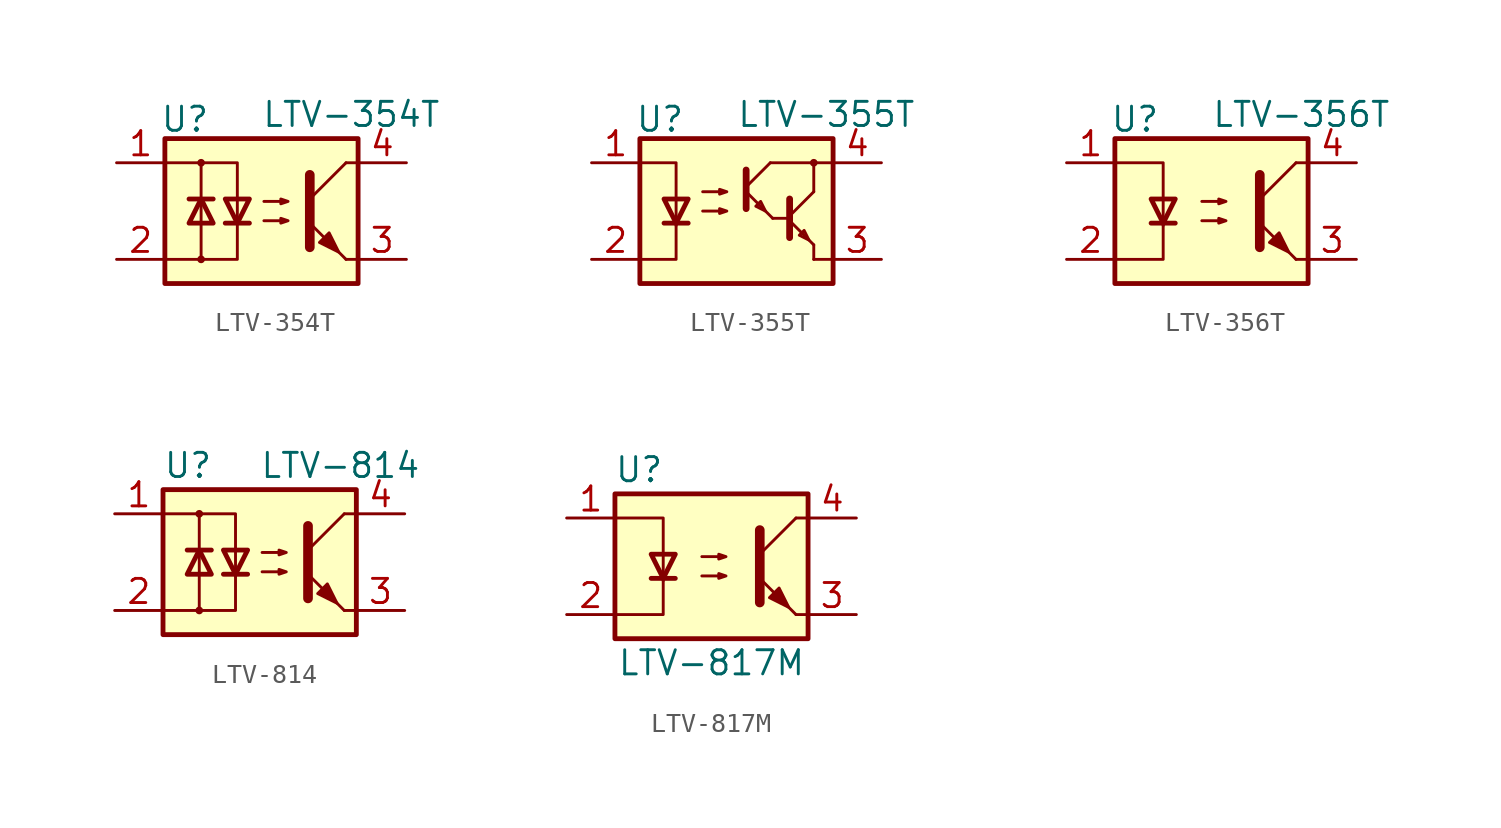
<source format=kicad_sym>
(kicad_symbol_lib
  (version 20241209)
  (generator "kicad_symbol_editor")
  (generator_version "9.0")
  (symbol "LTV-354T"
    (pin_names
      (offset 1.016))
    (property "Reference" "U"
      (at -5.334 4.826 0)
      (effects (font (size 1.27 1.27)) (justify left)))
    (property "Value" "LTV-354T"
      (at 0 5.08 0)
      (effects (font (size 1.27 1.27)) (justify left)))
    (symbol "LTV-354T_0_1"
      (rectangle (start -5.08 3.81) (end 5.08 -3.81) (stroke (width 0.254) (type default)) (fill (type background)))
      (polyline (pts (xy -5.08 2.54) (xy -1.27 2.54) (xy -1.27 -0.635)) (stroke (width 0) (type default)) (fill (type none)))
      (polyline (pts (xy -3.81 0.635) (xy -2.54 0.635)) (stroke (width 0.254) (type default)) (fill (type none)))
      (circle (center -3.175 2.54) (radius 0.127) (stroke (width 0) (type default)) (fill (type none)))
      (polyline (pts (xy -3.175 0.635) (xy -3.81 -0.635) (xy -2.54 -0.635) (xy -3.175 0.635)) (stroke (width 0.254) (type default)) (fill (type none)))
      (polyline (pts (xy -3.175 -0.635) (xy -3.175 2.54)) (stroke (width 0) (type default)) (fill (type none)))
      (polyline (pts (xy -3.175 -0.635) (xy -3.175 -2.54)) (stroke (width 0) (type default)) (fill (type none)))
      (circle (center -3.175 -2.54) (radius 0.127) (stroke (width 0) (type default)) (fill (type none)))
      (polyline (pts (xy -1.905 -0.635) (xy -0.635 -0.635)) (stroke (width 0.254) (type default)) (fill (type none)))
      (polyline (pts (xy -1.27 -0.635) (xy -1.27 -2.54) (xy -5.08 -2.54)) (stroke (width 0) (type default)) (fill (type none)))
      (polyline (pts (xy -1.27 -0.635) (xy -1.905 0.635) (xy -0.635 0.635) (xy -1.27 -0.635)) (stroke (width 0.254) (type default)) (fill (type none)))
      (polyline (pts (xy 0.127 0.508) (xy 1.397 0.508) (xy 1.016 0.381) (xy 1.016 0.635) (xy 1.397 0.508)) (stroke (width 0) (type default)) (fill (type none)))
      (polyline (pts (xy 0.127 -0.508) (xy 1.397 -0.508) (xy 1.016 -0.635) (xy 1.016 -0.381) (xy 1.397 -0.508)) (stroke (width 0) (type default)) (fill (type none)))
      (polyline (pts (xy 2.54 1.905) (xy 2.54 -1.905) (xy 2.54 -1.905)) (stroke (width 0.508) (type default)) (fill (type none)))
      (polyline (pts (xy 2.54 0.635) (xy 4.445 2.54)) (stroke (width 0) (type default)) (fill (type none)))
      (polyline (pts (xy 3.048 -1.651) (xy 3.556 -1.143) (xy 4.064 -2.159) (xy 3.048 -1.651) (xy 3.048 -1.651)) (stroke (width 0) (type default)) (fill (type outline)))
      (polyline (pts (xy 4.445 2.54) (xy 5.08 2.54)) (stroke (width 0) (type default)) (fill (type none)))
      (polyline (pts (xy 4.445 -2.54) (xy 2.54 -0.635)) (stroke (width 0) (type default)) (fill (type outline)))
      (polyline (pts (xy 4.445 -2.54) (xy 5.08 -2.54)) (stroke (width 0) (type default)) (fill (type none))))
    (symbol "LTV-354T_1_1"
      (pin passive line (at -7.62 2.54 0) (length 2.54) (name "~" (effects (font (size 1.27 1.27)))) (number "1" (effects (font (size 1.27 1.27)))))
      (pin passive line (at -7.62 -2.54 0) (length 2.54) (name "~" (effects (font (size 1.27 1.27)))) (number "2" (effects (font (size 1.27 1.27)))))
      (pin passive line (at 7.62 2.54 180) (length 2.54) (name "~" (effects (font (size 1.27 1.27)))) (number "4" (effects (font (size 1.27 1.27)))))
      (pin passive line (at 7.62 -2.54 180) (length 2.54) (name "~" (effects (font (size 1.27 1.27)))) (number "3" (effects (font (size 1.27 1.27)))))))
  (symbol "LTV-355T"
    (pin_names
      (offset 1.016))
    (property "Reference" "U"
      (at -5.334 4.826 0)
      (effects (font (size 1.27 1.27)) (justify left)))
    (property "Value" "LTV-355T"
      (at 0 5.08 0)
      (effects (font (size 1.27 1.27)) (justify left)))
    (symbol "LTV-355T_0_1"
      (rectangle (start -5.08 3.81) (end 5.08 -3.81) (stroke (width 0.254) (type default)) (fill (type background)))
      (polyline (pts (xy -5.08 2.54) (xy -3.175 2.54) (xy -3.175 -0.762)) (stroke (width 0) (type default)) (fill (type none)))
      (polyline (pts (xy -3.81 -0.635) (xy -2.54 -0.635)) (stroke (width 0.254) (type default)) (fill (type none)))
      (polyline (pts (xy -3.175 -0.635) (xy -3.175 -2.54) (xy -5.08 -2.54)) (stroke (width 0) (type default)) (fill (type none)))
      (polyline (pts (xy -3.175 -0.635) (xy -3.81 0.635) (xy -2.54 0.635) (xy -3.175 -0.635)) (stroke (width 0.254) (type default)) (fill (type none)))
      (polyline (pts (xy -1.778 1.016) (xy -0.508 1.016) (xy -0.889 0.889) (xy -0.889 1.143) (xy -0.508 1.016)) (stroke (width 0) (type default)) (fill (type none)))
      (polyline (pts (xy -1.778 0) (xy -0.508 0) (xy -0.889 -0.127) (xy -0.889 0.127) (xy -0.508 0)) (stroke (width 0) (type default)) (fill (type none)))
      (polyline (pts (xy 0.508 2.159) (xy 0.508 0.127)) (stroke (width 0.356) (type default)) (fill (type none)))
      (polyline (pts (xy 0.508 1.27) (xy 1.778 2.54)) (stroke (width 0) (type default)) (fill (type none)))
      (polyline (pts (xy 0.508 1.016) (xy 1.905 -0.381)) (stroke (width 0) (type default)) (fill (type none)))
      (polyline (pts (xy 1.524 0) (xy 1.27 0.508) (xy 1.016 0.254) (xy 1.524 0)) (stroke (width 0) (type default)) (fill (type none)))
      (polyline (pts (xy 1.778 2.54) (xy 5.08 2.54)) (stroke (width 0) (type default)) (fill (type none)))
      (polyline (pts (xy 2.794 0.635) (xy 2.794 -1.397) (xy 2.794 -1.397)) (stroke (width 0.356) (type default)) (fill (type none)))
      (polyline (pts (xy 2.794 -0.254) (xy 4.064 1.016)) (stroke (width 0) (type default)) (fill (type none)))
      (polyline (pts (xy 2.794 -0.381) (xy 1.905 -0.381)) (stroke (width 0) (type default)) (fill (type none)))
      (polyline (pts (xy 2.794 -0.508) (xy 4.064 -1.778)) (stroke (width 0) (type default)) (fill (type none)))
      (polyline (pts (xy 3.81 -1.524) (xy 3.556 -1.016) (xy 3.302 -1.27) (xy 3.81 -1.524)) (stroke (width 0) (type default)) (fill (type none)))
      (circle (center 4.064 2.54) (radius 0.127) (stroke (width 0) (type default)) (fill (type none)))
      (polyline (pts (xy 4.064 1.016) (xy 4.064 2.54)) (stroke (width 0) (type default)) (fill (type none)))
      (polyline (pts (xy 4.064 -1.778) (xy 4.064 -2.54)) (stroke (width 0) (type default)) (fill (type none)))
      (polyline (pts (xy 4.064 -2.54) (xy 5.08 -2.54)) (stroke (width 0) (type default)) (fill (type none))))
    (symbol "LTV-355T_1_1"
      (pin passive line (at -7.62 2.54 0) (length 2.54) (name "~" (effects (font (size 1.27 1.27)))) (number "1" (effects (font (size 1.27 1.27)))))
      (pin passive line (at -7.62 -2.54 0) (length 2.54) (name "~" (effects (font (size 1.27 1.27)))) (number "2" (effects (font (size 1.27 1.27)))))
      (pin passive line (at 7.62 2.54 180) (length 2.54) (name "~" (effects (font (size 1.27 1.27)))) (number "4" (effects (font (size 1.27 1.27)))))
      (pin passive line (at 7.62 -2.54 180) (length 2.54) (name "~" (effects (font (size 1.27 1.27)))) (number "3" (effects (font (size 1.27 1.27)))))))
  (symbol "LTV-356T"
    (pin_names
      (offset 1.016))
    (property "Reference" "U"
      (at -5.334 4.826 0)
      (effects (font (size 1.27 1.27)) (justify left)))
    (property "Value" "LTV-356T"
      (at 0 5.08 0)
      (effects (font (size 1.27 1.27)) (justify left)))
    (symbol "LTV-356T_0_1"
      (rectangle (start -5.08 3.81) (end 5.08 -3.81) (stroke (width 0.254) (type default)) (fill (type background)))
      (polyline (pts (xy -5.08 2.54) (xy -2.54 2.54) (xy -2.54 -0.762)) (stroke (width 0) (type default)) (fill (type none)))
      (polyline (pts (xy -3.175 -0.635) (xy -1.905 -0.635)) (stroke (width 0.254) (type default)) (fill (type none)))
      (polyline (pts (xy -2.54 -0.635) (xy -2.54 -2.54) (xy -5.08 -2.54)) (stroke (width 0) (type default)) (fill (type none)))
      (polyline (pts (xy -2.54 -0.635) (xy -3.175 0.635) (xy -1.905 0.635) (xy -2.54 -0.635)) (stroke (width 0.254) (type default)) (fill (type none)))
      (polyline (pts (xy -0.508 0.508) (xy 0.762 0.508) (xy 0.381 0.381) (xy 0.381 0.635) (xy 0.762 0.508)) (stroke (width 0) (type default)) (fill (type none)))
      (polyline (pts (xy -0.508 -0.508) (xy 0.762 -0.508) (xy 0.381 -0.635) (xy 0.381 -0.381) (xy 0.762 -0.508)) (stroke (width 0) (type default)) (fill (type none)))
      (polyline (pts (xy 2.54 1.905) (xy 2.54 -1.905) (xy 2.54 -1.905)) (stroke (width 0.508) (type default)) (fill (type none)))
      (polyline (pts (xy 2.54 0.635) (xy 4.445 2.54)) (stroke (width 0) (type default)) (fill (type none)))
      (polyline (pts (xy 3.048 -1.651) (xy 3.556 -1.143) (xy 4.064 -2.159) (xy 3.048 -1.651) (xy 3.048 -1.651)) (stroke (width 0) (type default)) (fill (type outline)))
      (polyline (pts (xy 4.445 2.54) (xy 5.08 2.54)) (stroke (width 0) (type default)) (fill (type none)))
      (polyline (pts (xy 4.445 -2.54) (xy 2.54 -0.635)) (stroke (width 0) (type default)) (fill (type outline)))
      (polyline (pts (xy 4.445 -2.54) (xy 5.08 -2.54)) (stroke (width 0) (type default)) (fill (type none))))
    (symbol "LTV-356T_1_1"
      (pin passive line (at -7.62 2.54 0) (length 2.54) (name "~" (effects (font (size 1.27 1.27)))) (number "1" (effects (font (size 1.27 1.27)))))
      (pin passive line (at -7.62 -2.54 0) (length 2.54) (name "~" (effects (font (size 1.27 1.27)))) (number "2" (effects (font (size 1.27 1.27)))))
      (pin passive line (at 7.62 2.54 180) (length 2.54) (name "~" (effects (font (size 1.27 1.27)))) (number "4" (effects (font (size 1.27 1.27)))))
      (pin passive line (at 7.62 -2.54 180) (length 2.54) (name "~" (effects (font (size 1.27 1.27)))) (number "3" (effects (font (size 1.27 1.27)))))))
  (symbol "LTV-814"
    (pin_names
      (offset 1.016))
    (property "Reference" "U"
      (at -5.08 5.08 0)
      (effects (font (size 1.27 1.27)) (justify left)))
    (property "Value" "LTV-814"
      (at 0 5.08 0)
      (effects (font (size 1.27 1.27)) (justify left)))
    (symbol "LTV-814_0_1"
      (rectangle (start -5.08 3.81) (end 5.08 -3.81) (stroke (width 0.254) (type default)) (fill (type background)))
      (polyline (pts (xy -5.08 2.54) (xy -1.27 2.54) (xy -1.27 -0.762)) (stroke (width 0) (type default)) (fill (type none)))
      (circle (center -3.175 2.54) (radius 0.127) (stroke (width 0) (type default)) (fill (type none)))
      (polyline (pts (xy -3.175 2.54) (xy -3.175 -2.54)) (stroke (width 0) (type default)) (fill (type none)))
      (circle (center -3.175 -2.54) (radius 0.127) (stroke (width 0) (type default)) (fill (type none)))
      (polyline (pts (xy -1.905 -0.635) (xy -0.635 -0.635)) (stroke (width 0.254) (type default)) (fill (type none)))
      (polyline (pts (xy -1.27 -0.635) (xy -1.27 -2.54) (xy -5.08 -2.54)) (stroke (width 0) (type default)) (fill (type none)))
      (polyline (pts (xy -1.27 -0.635) (xy -1.905 0.635) (xy -0.635 0.635) (xy -1.27 -0.635)) (stroke (width 0.254) (type default)) (fill (type none)))
      (polyline (pts (xy 0.127 0.508) (xy 1.397 0.508) (xy 1.016 0.381) (xy 1.016 0.635) (xy 1.397 0.508)) (stroke (width 0) (type default)) (fill (type none)))
      (polyline (pts (xy 0.127 -0.508) (xy 1.397 -0.508) (xy 1.016 -0.635) (xy 1.016 -0.381) (xy 1.397 -0.508)) (stroke (width 0) (type default)) (fill (type none)))
      (polyline (pts (xy 2.54 1.905) (xy 2.54 -1.905) (xy 2.54 -1.905)) (stroke (width 0.508) (type default)) (fill (type none)))
      (polyline (pts (xy 2.54 0.635) (xy 4.445 2.54)) (stroke (width 0) (type default)) (fill (type none)))
      (polyline (pts (xy 3.048 -1.651) (xy 3.556 -1.143) (xy 4.064 -2.159) (xy 3.048 -1.651) (xy 3.048 -1.651)) (stroke (width 0) (type default)) (fill (type outline)))
      (polyline (pts (xy 4.445 2.54) (xy 5.08 2.54)) (stroke (width 0) (type default)) (fill (type none)))
      (polyline (pts (xy 4.445 -2.54) (xy 2.54 -0.635)) (stroke (width 0) (type default)) (fill (type outline)))
      (polyline (pts (xy 4.445 -2.54) (xy 5.08 -2.54)) (stroke (width 0) (type default)) (fill (type none))))
    (symbol "LTV-814_1_1"
      (polyline (pts (xy -3.81 0.635) (xy -2.54 0.635)) (stroke (width 0.254) (type default)) (fill (type none)))
      (polyline (pts (xy -3.175 0.635) (xy -3.81 -0.635) (xy -2.54 -0.635) (xy -3.175 0.635)) (stroke (width 0.254) (type default)) (fill (type none)))
      (pin passive line (at -7.62 2.54 0) (length 2.54) (name "~" (effects (font (size 1.27 1.27)))) (number "1" (effects (font (size 1.27 1.27)))))
      (pin passive line (at -7.62 -2.54 0) (length 2.54) (name "~" (effects (font (size 1.27 1.27)))) (number "2" (effects (font (size 1.27 1.27)))))
      (pin passive line (at 7.62 2.54 180) (length 2.54) (name "~" (effects (font (size 1.27 1.27)))) (number "4" (effects (font (size 1.27 1.27)))))
      (pin passive line (at 7.62 -2.54 180) (length 2.54) (name "~" (effects (font (size 1.27 1.27)))) (number "3" (effects (font (size 1.27 1.27)))))))
  (symbol "LTV-817M"
    (pin_names
      (offset 1.016))
    (property "Reference" "U"
      (at -3.81 5.08 0)
      (effects (font (size 1.27 1.27))))
    (property "Value" "LTV-817M"
      (at 0 -5.08 0)
      (effects (font (size 1.27 1.27))))
    (symbol "LTV-817M_1_1"
      (rectangle (start -5.08 3.81) (end 5.08 -3.81) (stroke (width 0.254) (type default)) (fill (type background)))
      (polyline (pts (xy -5.08 2.54) (xy -2.54 2.54) (xy -2.54 -0.762)) (stroke (width 0) (type default)) (fill (type none)))
      (polyline (pts (xy -3.175 -0.635) (xy -1.905 -0.635)) (stroke (width 0.254) (type default)) (fill (type none)))
      (polyline (pts (xy -2.54 -0.635) (xy -2.54 -2.54) (xy -5.08 -2.54)) (stroke (width 0) (type default)) (fill (type none)))
      (polyline (pts (xy -2.54 -0.635) (xy -3.175 0.635) (xy -1.905 0.635) (xy -2.54 -0.635)) (stroke (width 0.254) (type default)) (fill (type none)))
      (polyline (pts (xy -0.508 0.508) (xy 0.762 0.508) (xy 0.381 0.381) (xy 0.381 0.635) (xy 0.762 0.508)) (stroke (width 0) (type default)) (fill (type none)))
      (polyline (pts (xy -0.508 -0.508) (xy 0.762 -0.508) (xy 0.381 -0.635) (xy 0.381 -0.381) (xy 0.762 -0.508)) (stroke (width 0) (type default)) (fill (type none)))
      (polyline (pts (xy 2.54 1.905) (xy 2.54 -1.905) (xy 2.54 -1.905)) (stroke (width 0.508) (type default)) (fill (type none)))
      (polyline (pts (xy 2.54 0.635) (xy 4.445 2.54)) (stroke (width 0) (type default)) (fill (type none)))
      (polyline (pts (xy 3.048 -1.651) (xy 3.556 -1.143) (xy 4.064 -2.159) (xy 3.048 -1.651) (xy 3.048 -1.651)) (stroke (width 0) (type default)) (fill (type outline)))
      (polyline (pts (xy 4.445 2.54) (xy 5.08 2.54)) (stroke (width 0) (type default)) (fill (type none)))
      (polyline (pts (xy 4.445 -2.54) (xy 2.54 -0.635)) (stroke (width 0) (type default)) (fill (type outline)))
      (polyline (pts (xy 4.445 -2.54) (xy 5.08 -2.54)) (stroke (width 0) (type default)) (fill (type none)))
      (pin passive line (at -7.62 2.54 0) (length 2.54) (name "~" (effects (font (size 1.27 1.27)))) (number "1" (effects (font (size 1.27 1.27)))))
      (pin passive line (at -7.62 -2.54 0) (length 2.54) (name "~" (effects (font (size 1.27 1.27)))) (number "2" (effects (font (size 1.27 1.27)))))
      (pin passive line (at 7.62 2.54 180) (length 2.54) (name "~" (effects (font (size 1.27 1.27)))) (number "4" (effects (font (size 1.27 1.27)))))
      (pin passive line (at 7.62 -2.54 180) (length 2.54) (name "~" (effects (font (size 1.27 1.27)))) (number "3" (effects (font (size 1.27 1.27))))))))
</source>
